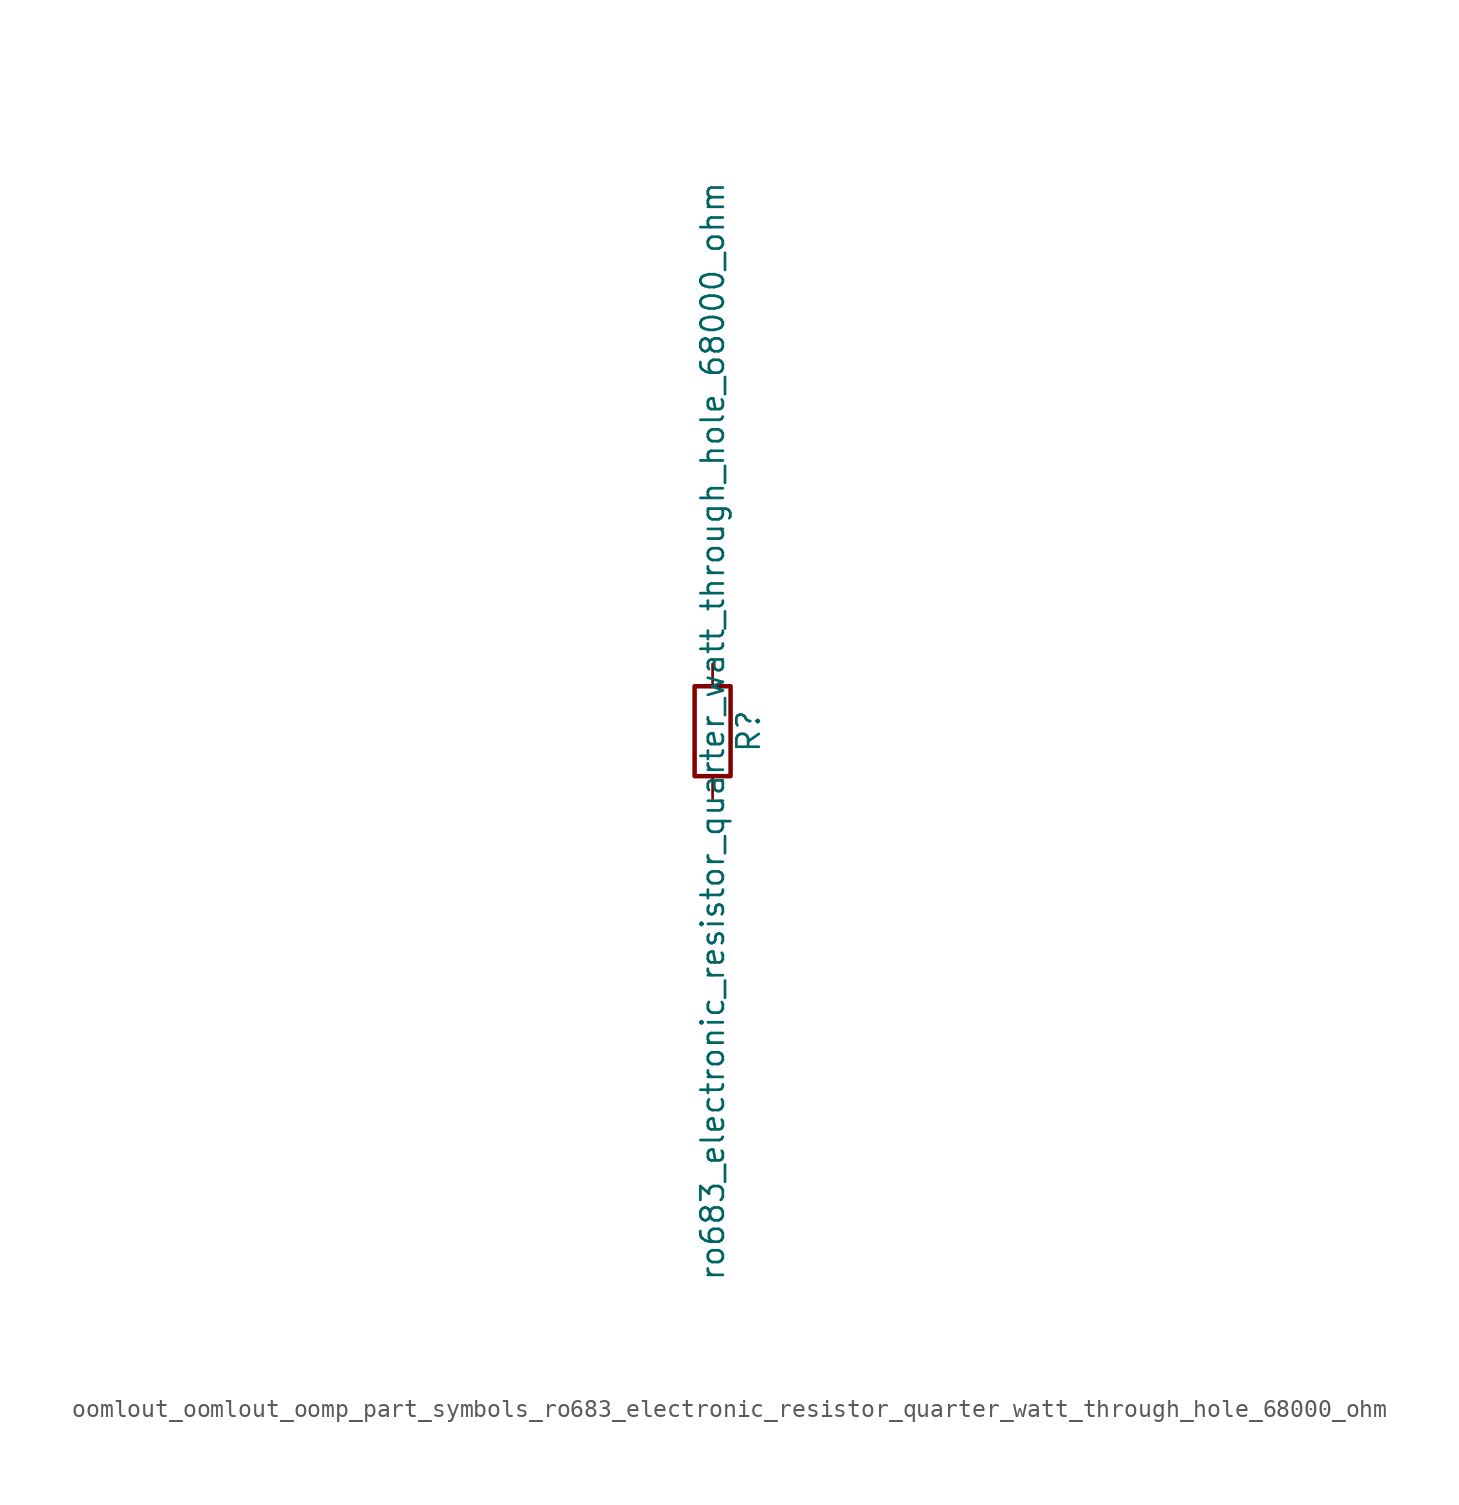
<source format=kicad_sym>
(kicad_symbol_lib
  (version 20220914)
  (generator kicad_symbol_editor)
  (symbol "oomlout_oomlout_oomp_part_symbols_ro683_electronic_resistor_quarter_watt_through_hole_68000_ohm"
    (pin_numbers hide)
    (pin_names
      (offset 0))
    (property "Reference" "R"
      (at 2.032 0 90)
      (effects (font (size 1.27 1.27))))
    (property "Value" "ro683_electronic_resistor_quarter_watt_through_hole_68000_ohm"
      (at 0 0 90)
      (effects (font (size 1.27 1.27))))
    (symbol "oomlout_oomlout_oomp_part_symbols_ro683_electronic_resistor_quarter_watt_through_hole_68000_ohm_0_1"
      (rectangle (start -1.016 -2.54) (end 1.016 2.54) (stroke (width 0.254) (type default)) (fill (type none))))
    (symbol "oomlout_oomlout_oomp_part_symbols_ro683_electronic_resistor_quarter_watt_through_hole_68000_ohm_1_1"
      (pin passive line (at 0 3.81 270) (length 1.27) (name "~" (effects (font (size 1.27 1.27)))) (number "1" (effects (font (size 1.27 1.27)))))
      (pin passive line (at 0 -3.81 90) (length 1.27) (name "~" (effects (font (size 1.27 1.27)))) (number "2" (effects (font (size 1.27 1.27))))))))
</source>
